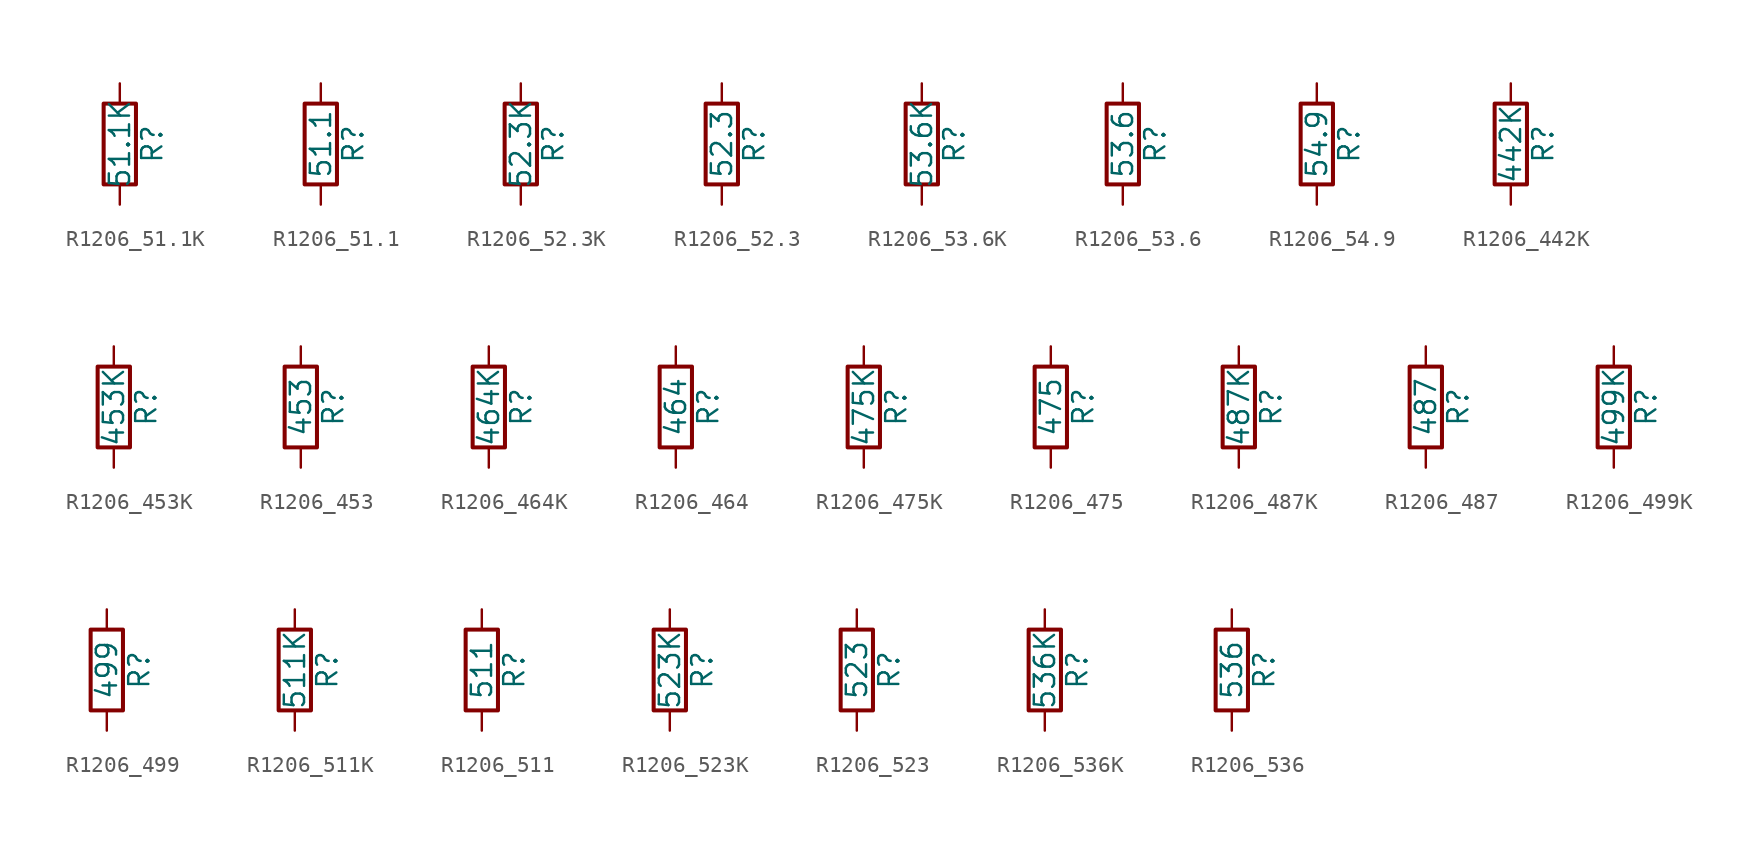
<source format=kicad_sym>
(kicad_symbol_lib
  (version 20211014)
  (generator atlantix-eda)
  (symbol "R1206_51.1K"
    (pin_numbers hide)
    (pin_names
      (offset 0))
    (property "Reference" "R"
      (at 2.032 0 90)
      (effects (font (size 1.27 1.27))))
    (property "Value" "51.1K"
      (at 0 0 90)
      (effects (font (size 1.27 1.27))))
    (symbol "R1206_51.1K_0_1"
      (rectangle (start -1.016 -2.54) (end 1.016 2.54) (stroke (width 0.254) (type default) (color 0 0 0 0)) (fill (type none))))
    (symbol "R1206_51.1K_1_1"
      (pin passive line (at 0 3.81 270) (length 1.27) (name "~" (effects (font (size 1.27 1.27)))) (number "1" (effects (font (size 1.27 1.27)))))
      (pin passive line (at 0 -3.81 90) (length 1.27) (name "~" (effects (font (size 1.27 1.27)))) (number "2" (effects (font (size 1.27 1.27)))))))
  (symbol "R1206_51.1"
    (pin_numbers hide)
    (pin_names
      (offset 0))
    (property "Reference" "R"
      (at 2.032 0 90)
      (effects (font (size 1.27 1.27))))
    (property "Value" "51.1"
      (at 0 0 90)
      (effects (font (size 1.27 1.27))))
    (symbol "R1206_51.1_0_1"
      (rectangle (start -1.016 -2.54) (end 1.016 2.54) (stroke (width 0.254) (type default) (color 0 0 0 0)) (fill (type none))))
    (symbol "R1206_51.1_1_1"
      (pin passive line (at 0 3.81 270) (length 1.27) (name "~" (effects (font (size 1.27 1.27)))) (number "1" (effects (font (size 1.27 1.27)))))
      (pin passive line (at 0 -3.81 90) (length 1.27) (name "~" (effects (font (size 1.27 1.27)))) (number "2" (effects (font (size 1.27 1.27)))))))
  (symbol "R1206_52.3K"
    (pin_numbers hide)
    (pin_names
      (offset 0))
    (property "Reference" "R"
      (at 2.032 0 90)
      (effects (font (size 1.27 1.27))))
    (property "Value" "52.3K"
      (at 0 0 90)
      (effects (font (size 1.27 1.27))))
    (symbol "R1206_52.3K_0_1"
      (rectangle (start -1.016 -2.54) (end 1.016 2.54) (stroke (width 0.254) (type default) (color 0 0 0 0)) (fill (type none))))
    (symbol "R1206_52.3K_1_1"
      (pin passive line (at 0 3.81 270) (length 1.27) (name "~" (effects (font (size 1.27 1.27)))) (number "1" (effects (font (size 1.27 1.27)))))
      (pin passive line (at 0 -3.81 90) (length 1.27) (name "~" (effects (font (size 1.27 1.27)))) (number "2" (effects (font (size 1.27 1.27)))))))
  (symbol "R1206_52.3"
    (pin_numbers hide)
    (pin_names
      (offset 0))
    (property "Reference" "R"
      (at 2.032 0 90)
      (effects (font (size 1.27 1.27))))
    (property "Value" "52.3"
      (at 0 0 90)
      (effects (font (size 1.27 1.27))))
    (symbol "R1206_52.3_0_1"
      (rectangle (start -1.016 -2.54) (end 1.016 2.54) (stroke (width 0.254) (type default) (color 0 0 0 0)) (fill (type none))))
    (symbol "R1206_52.3_1_1"
      (pin passive line (at 0 3.81 270) (length 1.27) (name "~" (effects (font (size 1.27 1.27)))) (number "1" (effects (font (size 1.27 1.27)))))
      (pin passive line (at 0 -3.81 90) (length 1.27) (name "~" (effects (font (size 1.27 1.27)))) (number "2" (effects (font (size 1.27 1.27)))))))
  (symbol "R1206_53.6K"
    (pin_numbers hide)
    (pin_names
      (offset 0))
    (property "Reference" "R"
      (at 2.032 0 90)
      (effects (font (size 1.27 1.27))))
    (property "Value" "53.6K"
      (at 0 0 90)
      (effects (font (size 1.27 1.27))))
    (symbol "R1206_53.6K_0_1"
      (rectangle (start -1.016 -2.54) (end 1.016 2.54) (stroke (width 0.254) (type default) (color 0 0 0 0)) (fill (type none))))
    (symbol "R1206_53.6K_1_1"
      (pin passive line (at 0 3.81 270) (length 1.27) (name "~" (effects (font (size 1.27 1.27)))) (number "1" (effects (font (size 1.27 1.27)))))
      (pin passive line (at 0 -3.81 90) (length 1.27) (name "~" (effects (font (size 1.27 1.27)))) (number "2" (effects (font (size 1.27 1.27)))))))
  (symbol "R1206_53.6"
    (pin_numbers hide)
    (pin_names
      (offset 0))
    (property "Reference" "R"
      (at 2.032 0 90)
      (effects (font (size 1.27 1.27))))
    (property "Value" "53.6"
      (at 0 0 90)
      (effects (font (size 1.27 1.27))))
    (symbol "R1206_53.6_0_1"
      (rectangle (start -1.016 -2.54) (end 1.016 2.54) (stroke (width 0.254) (type default) (color 0 0 0 0)) (fill (type none))))
    (symbol "R1206_53.6_1_1"
      (pin passive line (at 0 3.81 270) (length 1.27) (name "~" (effects (font (size 1.27 1.27)))) (number "1" (effects (font (size 1.27 1.27)))))
      (pin passive line (at 0 -3.81 90) (length 1.27) (name "~" (effects (font (size 1.27 1.27)))) (number "2" (effects (font (size 1.27 1.27)))))))
  (symbol "R1206_54.9"
    (pin_numbers hide)
    (pin_names
      (offset 0))
    (property "Reference" "R"
      (at 2.032 0 90)
      (effects (font (size 1.27 1.27))))
    (property "Value" "54.9"
      (at 0 0 90)
      (effects (font (size 1.27 1.27))))
    (symbol "R1206_54.9_0_1"
      (rectangle (start -1.016 -2.54) (end 1.016 2.54) (stroke (width 0.254) (type default) (color 0 0 0 0)) (fill (type none))))
    (symbol "R1206_54.9_1_1"
      (pin passive line (at 0 3.81 270) (length 1.27) (name "~" (effects (font (size 1.27 1.27)))) (number "1" (effects (font (size 1.27 1.27)))))
      (pin passive line (at 0 -3.81 90) (length 1.27) (name "~" (effects (font (size 1.27 1.27)))) (number "2" (effects (font (size 1.27 1.27)))))))
  (symbol "R1206_442K"
    (pin_numbers hide)
    (pin_names
      (offset 0))
    (property "Reference" "R"
      (at 2.032 0 90)
      (effects (font (size 1.27 1.27))))
    (property "Value" "442K"
      (at 0 0 90)
      (effects (font (size 1.27 1.27))))
    (symbol "R1206_442K_0_1"
      (rectangle (start -1.016 -2.54) (end 1.016 2.54) (stroke (width 0.254) (type default) (color 0 0 0 0)) (fill (type none))))
    (symbol "R1206_442K_1_1"
      (pin passive line (at 0 3.81 270) (length 1.27) (name "~" (effects (font (size 1.27 1.27)))) (number "1" (effects (font (size 1.27 1.27)))))
      (pin passive line (at 0 -3.81 90) (length 1.27) (name "~" (effects (font (size 1.27 1.27)))) (number "2" (effects (font (size 1.27 1.27)))))))
  (symbol "R1206_453K"
    (pin_numbers hide)
    (pin_names
      (offset 0))
    (property "Reference" "R"
      (at 2.032 0 90)
      (effects (font (size 1.27 1.27))))
    (property "Value" "453K"
      (at 0 0 90)
      (effects (font (size 1.27 1.27))))
    (symbol "R1206_453K_0_1"
      (rectangle (start -1.016 -2.54) (end 1.016 2.54) (stroke (width 0.254) (type default) (color 0 0 0 0)) (fill (type none))))
    (symbol "R1206_453K_1_1"
      (pin passive line (at 0 3.81 270) (length 1.27) (name "~" (effects (font (size 1.27 1.27)))) (number "1" (effects (font (size 1.27 1.27)))))
      (pin passive line (at 0 -3.81 90) (length 1.27) (name "~" (effects (font (size 1.27 1.27)))) (number "2" (effects (font (size 1.27 1.27)))))))
  (symbol "R1206_453"
    (pin_numbers hide)
    (pin_names
      (offset 0))
    (property "Reference" "R"
      (at 2.032 0 90)
      (effects (font (size 1.27 1.27))))
    (property "Value" "453"
      (at 0 0 90)
      (effects (font (size 1.27 1.27))))
    (symbol "R1206_453_0_1"
      (rectangle (start -1.016 -2.54) (end 1.016 2.54) (stroke (width 0.254) (type default) (color 0 0 0 0)) (fill (type none))))
    (symbol "R1206_453_1_1"
      (pin passive line (at 0 3.81 270) (length 1.27) (name "~" (effects (font (size 1.27 1.27)))) (number "1" (effects (font (size 1.27 1.27)))))
      (pin passive line (at 0 -3.81 90) (length 1.27) (name "~" (effects (font (size 1.27 1.27)))) (number "2" (effects (font (size 1.27 1.27)))))))
  (symbol "R1206_464K"
    (pin_numbers hide)
    (pin_names
      (offset 0))
    (property "Reference" "R"
      (at 2.032 0 90)
      (effects (font (size 1.27 1.27))))
    (property "Value" "464K"
      (at 0 0 90)
      (effects (font (size 1.27 1.27))))
    (symbol "R1206_464K_0_1"
      (rectangle (start -1.016 -2.54) (end 1.016 2.54) (stroke (width 0.254) (type default) (color 0 0 0 0)) (fill (type none))))
    (symbol "R1206_464K_1_1"
      (pin passive line (at 0 3.81 270) (length 1.27) (name "~" (effects (font (size 1.27 1.27)))) (number "1" (effects (font (size 1.27 1.27)))))
      (pin passive line (at 0 -3.81 90) (length 1.27) (name "~" (effects (font (size 1.27 1.27)))) (number "2" (effects (font (size 1.27 1.27)))))))
  (symbol "R1206_464"
    (pin_numbers hide)
    (pin_names
      (offset 0))
    (property "Reference" "R"
      (at 2.032 0 90)
      (effects (font (size 1.27 1.27))))
    (property "Value" "464"
      (at 0 0 90)
      (effects (font (size 1.27 1.27))))
    (symbol "R1206_464_0_1"
      (rectangle (start -1.016 -2.54) (end 1.016 2.54) (stroke (width 0.254) (type default) (color 0 0 0 0)) (fill (type none))))
    (symbol "R1206_464_1_1"
      (pin passive line (at 0 3.81 270) (length 1.27) (name "~" (effects (font (size 1.27 1.27)))) (number "1" (effects (font (size 1.27 1.27)))))
      (pin passive line (at 0 -3.81 90) (length 1.27) (name "~" (effects (font (size 1.27 1.27)))) (number "2" (effects (font (size 1.27 1.27)))))))
  (symbol "R1206_475K"
    (pin_numbers hide)
    (pin_names
      (offset 0))
    (property "Reference" "R"
      (at 2.032 0 90)
      (effects (font (size 1.27 1.27))))
    (property "Value" "475K"
      (at 0 0 90)
      (effects (font (size 1.27 1.27))))
    (symbol "R1206_475K_0_1"
      (rectangle (start -1.016 -2.54) (end 1.016 2.54) (stroke (width 0.254) (type default) (color 0 0 0 0)) (fill (type none))))
    (symbol "R1206_475K_1_1"
      (pin passive line (at 0 3.81 270) (length 1.27) (name "~" (effects (font (size 1.27 1.27)))) (number "1" (effects (font (size 1.27 1.27)))))
      (pin passive line (at 0 -3.81 90) (length 1.27) (name "~" (effects (font (size 1.27 1.27)))) (number "2" (effects (font (size 1.27 1.27)))))))
  (symbol "R1206_475"
    (pin_numbers hide)
    (pin_names
      (offset 0))
    (property "Reference" "R"
      (at 2.032 0 90)
      (effects (font (size 1.27 1.27))))
    (property "Value" "475"
      (at 0 0 90)
      (effects (font (size 1.27 1.27))))
    (symbol "R1206_475_0_1"
      (rectangle (start -1.016 -2.54) (end 1.016 2.54) (stroke (width 0.254) (type default) (color 0 0 0 0)) (fill (type none))))
    (symbol "R1206_475_1_1"
      (pin passive line (at 0 3.81 270) (length 1.27) (name "~" (effects (font (size 1.27 1.27)))) (number "1" (effects (font (size 1.27 1.27)))))
      (pin passive line (at 0 -3.81 90) (length 1.27) (name "~" (effects (font (size 1.27 1.27)))) (number "2" (effects (font (size 1.27 1.27)))))))
  (symbol "R1206_487K"
    (pin_numbers hide)
    (pin_names
      (offset 0))
    (property "Reference" "R"
      (at 2.032 0 90)
      (effects (font (size 1.27 1.27))))
    (property "Value" "487K"
      (at 0 0 90)
      (effects (font (size 1.27 1.27))))
    (symbol "R1206_487K_0_1"
      (rectangle (start -1.016 -2.54) (end 1.016 2.54) (stroke (width 0.254) (type default) (color 0 0 0 0)) (fill (type none))))
    (symbol "R1206_487K_1_1"
      (pin passive line (at 0 3.81 270) (length 1.27) (name "~" (effects (font (size 1.27 1.27)))) (number "1" (effects (font (size 1.27 1.27)))))
      (pin passive line (at 0 -3.81 90) (length 1.27) (name "~" (effects (font (size 1.27 1.27)))) (number "2" (effects (font (size 1.27 1.27)))))))
  (symbol "R1206_487"
    (pin_numbers hide)
    (pin_names
      (offset 0))
    (property "Reference" "R"
      (at 2.032 0 90)
      (effects (font (size 1.27 1.27))))
    (property "Value" "487"
      (at 0 0 90)
      (effects (font (size 1.27 1.27))))
    (symbol "R1206_487_0_1"
      (rectangle (start -1.016 -2.54) (end 1.016 2.54) (stroke (width 0.254) (type default) (color 0 0 0 0)) (fill (type none))))
    (symbol "R1206_487_1_1"
      (pin passive line (at 0 3.81 270) (length 1.27) (name "~" (effects (font (size 1.27 1.27)))) (number "1" (effects (font (size 1.27 1.27)))))
      (pin passive line (at 0 -3.81 90) (length 1.27) (name "~" (effects (font (size 1.27 1.27)))) (number "2" (effects (font (size 1.27 1.27)))))))
  (symbol "R1206_499K"
    (pin_numbers hide)
    (pin_names
      (offset 0))
    (property "Reference" "R"
      (at 2.032 0 90)
      (effects (font (size 1.27 1.27))))
    (property "Value" "499K"
      (at 0 0 90)
      (effects (font (size 1.27 1.27))))
    (symbol "R1206_499K_0_1"
      (rectangle (start -1.016 -2.54) (end 1.016 2.54) (stroke (width 0.254) (type default) (color 0 0 0 0)) (fill (type none))))
    (symbol "R1206_499K_1_1"
      (pin passive line (at 0 3.81 270) (length 1.27) (name "~" (effects (font (size 1.27 1.27)))) (number "1" (effects (font (size 1.27 1.27)))))
      (pin passive line (at 0 -3.81 90) (length 1.27) (name "~" (effects (font (size 1.27 1.27)))) (number "2" (effects (font (size 1.27 1.27)))))))
  (symbol "R1206_499"
    (pin_numbers hide)
    (pin_names
      (offset 0))
    (property "Reference" "R"
      (at 2.032 0 90)
      (effects (font (size 1.27 1.27))))
    (property "Value" "499"
      (at 0 0 90)
      (effects (font (size 1.27 1.27))))
    (symbol "R1206_499_0_1"
      (rectangle (start -1.016 -2.54) (end 1.016 2.54) (stroke (width 0.254) (type default) (color 0 0 0 0)) (fill (type none))))
    (symbol "R1206_499_1_1"
      (pin passive line (at 0 3.81 270) (length 1.27) (name "~" (effects (font (size 1.27 1.27)))) (number "1" (effects (font (size 1.27 1.27)))))
      (pin passive line (at 0 -3.81 90) (length 1.27) (name "~" (effects (font (size 1.27 1.27)))) (number "2" (effects (font (size 1.27 1.27)))))))
  (symbol "R1206_511K"
    (pin_numbers hide)
    (pin_names
      (offset 0))
    (property "Reference" "R"
      (at 2.032 0 90)
      (effects (font (size 1.27 1.27))))
    (property "Value" "511K"
      (at 0 0 90)
      (effects (font (size 1.27 1.27))))
    (symbol "R1206_511K_0_1"
      (rectangle (start -1.016 -2.54) (end 1.016 2.54) (stroke (width 0.254) (type default) (color 0 0 0 0)) (fill (type none))))
    (symbol "R1206_511K_1_1"
      (pin passive line (at 0 3.81 270) (length 1.27) (name "~" (effects (font (size 1.27 1.27)))) (number "1" (effects (font (size 1.27 1.27)))))
      (pin passive line (at 0 -3.81 90) (length 1.27) (name "~" (effects (font (size 1.27 1.27)))) (number "2" (effects (font (size 1.27 1.27)))))))
  (symbol "R1206_511"
    (pin_numbers hide)
    (pin_names
      (offset 0))
    (property "Reference" "R"
      (at 2.032 0 90)
      (effects (font (size 1.27 1.27))))
    (property "Value" "511"
      (at 0 0 90)
      (effects (font (size 1.27 1.27))))
    (symbol "R1206_511_0_1"
      (rectangle (start -1.016 -2.54) (end 1.016 2.54) (stroke (width 0.254) (type default) (color 0 0 0 0)) (fill (type none))))
    (symbol "R1206_511_1_1"
      (pin passive line (at 0 3.81 270) (length 1.27) (name "~" (effects (font (size 1.27 1.27)))) (number "1" (effects (font (size 1.27 1.27)))))
      (pin passive line (at 0 -3.81 90) (length 1.27) (name "~" (effects (font (size 1.27 1.27)))) (number "2" (effects (font (size 1.27 1.27)))))))
  (symbol "R1206_523K"
    (pin_numbers hide)
    (pin_names
      (offset 0))
    (property "Reference" "R"
      (at 2.032 0 90)
      (effects (font (size 1.27 1.27))))
    (property "Value" "523K"
      (at 0 0 90)
      (effects (font (size 1.27 1.27))))
    (symbol "R1206_523K_0_1"
      (rectangle (start -1.016 -2.54) (end 1.016 2.54) (stroke (width 0.254) (type default) (color 0 0 0 0)) (fill (type none))))
    (symbol "R1206_523K_1_1"
      (pin passive line (at 0 3.81 270) (length 1.27) (name "~" (effects (font (size 1.27 1.27)))) (number "1" (effects (font (size 1.27 1.27)))))
      (pin passive line (at 0 -3.81 90) (length 1.27) (name "~" (effects (font (size 1.27 1.27)))) (number "2" (effects (font (size 1.27 1.27)))))))
  (symbol "R1206_523"
    (pin_numbers hide)
    (pin_names
      (offset 0))
    (property "Reference" "R"
      (at 2.032 0 90)
      (effects (font (size 1.27 1.27))))
    (property "Value" "523"
      (at 0 0 90)
      (effects (font (size 1.27 1.27))))
    (symbol "R1206_523_0_1"
      (rectangle (start -1.016 -2.54) (end 1.016 2.54) (stroke (width 0.254) (type default) (color 0 0 0 0)) (fill (type none))))
    (symbol "R1206_523_1_1"
      (pin passive line (at 0 3.81 270) (length 1.27) (name "~" (effects (font (size 1.27 1.27)))) (number "1" (effects (font (size 1.27 1.27)))))
      (pin passive line (at 0 -3.81 90) (length 1.27) (name "~" (effects (font (size 1.27 1.27)))) (number "2" (effects (font (size 1.27 1.27)))))))
  (symbol "R1206_536K"
    (pin_numbers hide)
    (pin_names
      (offset 0))
    (property "Reference" "R"
      (at 2.032 0 90)
      (effects (font (size 1.27 1.27))))
    (property "Value" "536K"
      (at 0 0 90)
      (effects (font (size 1.27 1.27))))
    (symbol "R1206_536K_0_1"
      (rectangle (start -1.016 -2.54) (end 1.016 2.54) (stroke (width 0.254) (type default) (color 0 0 0 0)) (fill (type none))))
    (symbol "R1206_536K_1_1"
      (pin passive line (at 0 3.81 270) (length 1.27) (name "~" (effects (font (size 1.27 1.27)))) (number "1" (effects (font (size 1.27 1.27)))))
      (pin passive line (at 0 -3.81 90) (length 1.27) (name "~" (effects (font (size 1.27 1.27)))) (number "2" (effects (font (size 1.27 1.27)))))))
  (symbol "R1206_536"
    (pin_numbers hide)
    (pin_names
      (offset 0))
    (property "Reference" "R"
      (at 2.032 0 90)
      (effects (font (size 1.27 1.27))))
    (property "Value" "536"
      (at 0 0 90)
      (effects (font (size 1.27 1.27))))
    (symbol "R1206_536_0_1"
      (rectangle (start -1.016 -2.54) (end 1.016 2.54) (stroke (width 0.254) (type default) (color 0 0 0 0)) (fill (type none))))
    (symbol "R1206_536_1_1"
      (pin passive line (at 0 3.81 270) (length 1.27) (name "~" (effects (font (size 1.27 1.27)))) (number "1" (effects (font (size 1.27 1.27)))))
      (pin passive line (at 0 -3.81 90) (length 1.27) (name "~" (effects (font (size 1.27 1.27)))) (number "2" (effects (font (size 1.27 1.27))))))))
</source>
